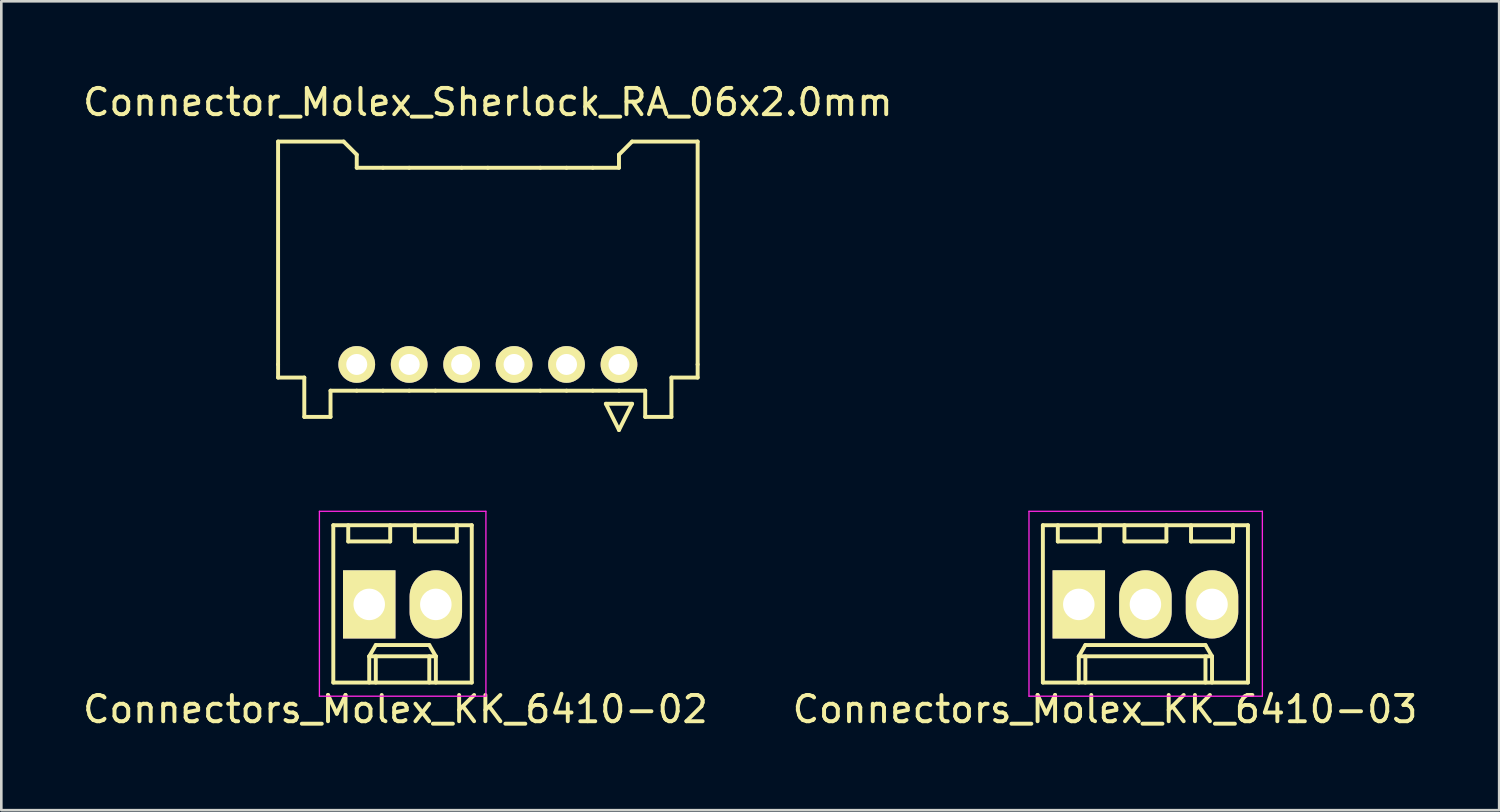
<source format=kicad_pcb>
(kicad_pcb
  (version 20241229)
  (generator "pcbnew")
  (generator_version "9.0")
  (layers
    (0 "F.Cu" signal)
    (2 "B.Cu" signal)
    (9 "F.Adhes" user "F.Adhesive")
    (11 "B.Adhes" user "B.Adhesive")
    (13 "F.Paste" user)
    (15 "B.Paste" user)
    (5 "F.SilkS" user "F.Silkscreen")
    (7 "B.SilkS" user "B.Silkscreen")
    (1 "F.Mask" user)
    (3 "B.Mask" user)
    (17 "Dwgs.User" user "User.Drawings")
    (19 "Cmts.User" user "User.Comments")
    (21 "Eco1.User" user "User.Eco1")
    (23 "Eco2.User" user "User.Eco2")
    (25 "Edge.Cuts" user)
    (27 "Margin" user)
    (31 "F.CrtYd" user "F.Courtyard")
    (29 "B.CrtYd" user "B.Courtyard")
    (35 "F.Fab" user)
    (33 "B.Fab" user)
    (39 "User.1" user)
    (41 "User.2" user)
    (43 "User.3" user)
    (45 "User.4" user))
  (footprint "Connectors_Molex_KK_6410-02"
    (layer "F.Cu")
    (at 11.03 19.998)
    (property "Reference" "Connectors_Molex_KK_6410-02" (at 1 4 0) (layer "F.SilkS") (effects (font (size 1 1) (thickness 0.15))))
    (attr through_hole)
    (fp_line (start -1.37 -3.02) (end -1.37 2.98) (stroke (width 0.15) (type solid)) (layer "F.SilkS"))
    (fp_line (start -1.37 2.98) (end 3.91 2.98) (stroke (width 0.15) (type solid)) (layer "F.SilkS"))
    (fp_line (start -0.8 -3.02) (end -0.8 -2.4) (stroke (width 0.15) (type solid)) (layer "F.SilkS"))
    (fp_line (start -0.8 -2.4) (end 0.8 -2.4) (stroke (width 0.15) (type solid)) (layer "F.SilkS"))
    (fp_line (start 0 1.98) (end 0.25 1.55) (stroke (width 0.15) (type solid)) (layer "F.SilkS"))
    (fp_line (start 0 1.98) (end 2.54 1.98) (stroke (width 0.15) (type solid)) (layer "F.SilkS"))
    (fp_line (start 0 2.98) (end 0 1.98) (stroke (width 0.15) (type solid)) (layer "F.SilkS"))
    (fp_line (start 0.25 1.55) (end 2.29 1.55) (stroke (width 0.15) (type solid)) (layer "F.SilkS"))
    (fp_line (start 0.25 2.98) (end 0.25 1.98) (stroke (width 0.15) (type solid)) (layer "F.SilkS"))
    (fp_line (start 0.8 -2.4) (end 0.8 -3.02) (stroke (width 0.15) (type solid)) (layer "F.SilkS"))
    (fp_line (start 1.74 -3.02) (end 1.74 -2.4) (stroke (width 0.15) (type solid)) (layer "F.SilkS"))
    (fp_line (start 1.74 -2.4) (end 3.34 -2.4) (stroke (width 0.15) (type solid)) (layer "F.SilkS"))
    (fp_line (start 2.29 1.55) (end 2.54 1.98) (stroke (width 0.15) (type solid)) (layer "F.SilkS"))
    (fp_line (start 2.29 2.98) (end 2.29 1.98) (stroke (width 0.15) (type solid)) (layer "F.SilkS"))
    (fp_line (start 2.54 1.98) (end 2.54 2.98) (stroke (width 0.15) (type solid)) (layer "F.SilkS"))
    (fp_line (start 3.34 -2.4) (end 3.34 -3.02) (stroke (width 0.15) (type solid)) (layer "F.SilkS"))
    (fp_line (start 3.91 -3.02) (end -1.37 -3.02) (stroke (width 0.15) (type solid)) (layer "F.SilkS"))
    (fp_line (start 3.91 2.98) (end 3.91 -3.02) (stroke (width 0.15) (type solid)) (layer "F.SilkS"))
    (fp_line (start -1.9 -3.55) (end 4.45 -3.55) (stroke (width 0.05) (type solid)) (layer "F.CrtYd"))
    (fp_line (start -1.9 3.5) (end -1.9 -3.55) (stroke (width 0.05) (type solid)) (layer "F.CrtYd"))
    (fp_line (start 4.45 -3.55) (end 4.45 3.5) (stroke (width 0.05) (type solid)) (layer "F.CrtYd"))
    (fp_line (start 4.45 3.5) (end -1.9 3.5) (stroke (width 0.05) (type solid)) (layer "F.CrtYd"))
    (pad "1" thru_hole rect (at 0 0) (size 2 2.6) (drill 1.2) (layers "*.Cu" "*.Mask" "F.SilkS"))
    (pad "2" thru_hole oval (at 2.54 0) (size 2 2.6) (drill 1.2) (layers "*.Cu" "*.Mask" "F.SilkS")))
  (footprint "Connectors_Molex_KK_6410-03"
    (layer "F.Cu")
    (at 38.089 19.998)
    (property "Reference" "Connectors_Molex_KK_6410-03" (at 1 4 0) (layer "F.SilkS") (effects (font (size 1 1) (thickness 0.15))))
    (attr through_hole)
    (fp_line (start -1.37 -3.02) (end -1.37 2.98) (stroke (width 0.15) (type solid)) (layer "F.SilkS"))
    (fp_line (start -1.37 2.98) (end 6.45 2.98) (stroke (width 0.15) (type solid)) (layer "F.SilkS"))
    (fp_line (start -0.8 -3.02) (end -0.8 -2.4) (stroke (width 0.15) (type solid)) (layer "F.SilkS"))
    (fp_line (start -0.8 -2.4) (end 0.8 -2.4) (stroke (width 0.15) (type solid)) (layer "F.SilkS"))
    (fp_line (start 0 1.98) (end 0.25 1.55) (stroke (width 0.15) (type solid)) (layer "F.SilkS"))
    (fp_line (start 0 1.98) (end 5.08 1.98) (stroke (width 0.15) (type solid)) (layer "F.SilkS"))
    (fp_line (start 0 2.98) (end 0 1.98) (stroke (width 0.15) (type solid)) (layer "F.SilkS"))
    (fp_line (start 0.25 1.55) (end 4.83 1.55) (stroke (width 0.15) (type solid)) (layer "F.SilkS"))
    (fp_line (start 0.25 2.98) (end 0.25 1.98) (stroke (width 0.15) (type solid)) (layer "F.SilkS"))
    (fp_line (start 0.8 -2.4) (end 0.8 -3.02) (stroke (width 0.15) (type solid)) (layer "F.SilkS"))
    (fp_line (start 1.74 -3.02) (end 1.74 -2.4) (stroke (width 0.15) (type solid)) (layer "F.SilkS"))
    (fp_line (start 1.74 -2.4) (end 3.34 -2.4) (stroke (width 0.15) (type solid)) (layer "F.SilkS"))
    (fp_line (start 3.34 -2.4) (end 3.34 -3.02) (stroke (width 0.15) (type solid)) (layer "F.SilkS"))
    (fp_line (start 4.28 -3.02) (end 4.28 -2.4) (stroke (width 0.15) (type solid)) (layer "F.SilkS"))
    (fp_line (start 4.28 -2.4) (end 5.88 -2.4) (stroke (width 0.15) (type solid)) (layer "F.SilkS"))
    (fp_line (start 4.83 1.55) (end 5.08 1.98) (stroke (width 0.15) (type solid)) (layer "F.SilkS"))
    (fp_line (start 4.83 2.98) (end 4.83 1.98) (stroke (width 0.15) (type solid)) (layer "F.SilkS"))
    (fp_line (start 5.08 1.98) (end 5.08 2.98) (stroke (width 0.15) (type solid)) (layer "F.SilkS"))
    (fp_line (start 5.88 -2.4) (end 5.88 -3.02) (stroke (width 0.15) (type solid)) (layer "F.SilkS"))
    (fp_line (start 6.45 -3.02) (end -1.37 -3.02) (stroke (width 0.15) (type solid)) (layer "F.SilkS"))
    (fp_line (start 6.45 2.98) (end 6.45 -3.02) (stroke (width 0.15) (type solid)) (layer "F.SilkS"))
    (fp_line (start -1.9 -3.55) (end 7 -3.55) (stroke (width 0.05) (type solid)) (layer "F.CrtYd"))
    (fp_line (start -1.9 3.5) (end -1.9 -3.55) (stroke (width 0.05) (type solid)) (layer "F.CrtYd"))
    (fp_line (start 7 -3.55) (end 7 3.5) (stroke (width 0.05) (type solid)) (layer "F.CrtYd"))
    (fp_line (start 7 3.5) (end -1.9 3.5) (stroke (width 0.05) (type solid)) (layer "F.CrtYd"))
    (pad "1" thru_hole rect (at 0 0) (size 2 2.6) (drill 1.2) (layers "*.Cu" "*.Mask" "F.SilkS"))
    (pad "2" thru_hole oval (at 2.54 0) (size 2 2.6) (drill 1.2) (layers "*.Cu" "*.Mask" "F.SilkS"))
    (pad "3" thru_hole oval (at 5.08 0) (size 2 2.6) (drill 1.2) (layers "*.Cu" "*.Mask" "F.SilkS")))
  (footprint "Connector_Molex_Sherlock_RA_06x2.0mm"
    (layer "F.Cu")
    (at 15.554 10.848)
    (property "Reference" "Connector_Molex_Sherlock_RA_06x2.0mm" (at 0 -10 0) (layer "F.SilkS") (effects (font (size 1 1) (thickness 0.15))))
    (attr through_hole)
    (fp_line (start -8 -8.5) (end -8 0) (stroke (width 0.15) (type solid)) (layer "F.SilkS"))
    (fp_line (start -8 0.5) (end -8 0) (stroke (width 0.15) (type solid)) (layer "F.SilkS"))
    (fp_line (start -7 0.5) (end -8 0.5) (stroke (width 0.15) (type solid)) (layer "F.SilkS"))
    (fp_line (start -7 2) (end -7 0.5) (stroke (width 0.15) (type solid)) (layer "F.SilkS"))
    (fp_line (start -6 1) (end -6 2) (stroke (width 0.15) (type solid)) (layer "F.SilkS"))
    (fp_line (start -6 2) (end -7 2) (stroke (width 0.15) (type solid)) (layer "F.SilkS"))
    (fp_line (start -5.5 -8.5) (end -8 -8.5) (stroke (width 0.15) (type solid)) (layer "F.SilkS"))
    (fp_line (start -5 -8) (end -5.5 -8.5) (stroke (width 0.15) (type solid)) (layer "F.SilkS"))
    (fp_line (start -5 -7.5) (end -5 -8) (stroke (width 0.15) (type solid)) (layer "F.SilkS"))
    (fp_line (start -5 1) (end -6 1) (stroke (width 0.15) (type solid)) (layer "F.SilkS"))
    (fp_line (start -4 -7.5) (end -5 -7.5) (stroke (width 0.15) (type solid)) (layer "F.SilkS"))
    (fp_line (start -4 1) (end -5 1) (stroke (width 0.15) (type solid)) (layer "F.SilkS"))
    (fp_line (start -4 1) (end -3 1) (stroke (width 0.15) (type solid)) (layer "F.SilkS"))
    (fp_line (start -3 -7.5) (end -4 -7.5) (stroke (width 0.15) (type solid)) (layer "F.SilkS"))
    (fp_line (start -2 1) (end -3 1) (stroke (width 0.15) (type solid)) (layer "F.SilkS"))
    (fp_line (start -1 -7.5) (end -3 -7.5) (stroke (width 0.15) (type solid)) (layer "F.SilkS"))
    (fp_line (start 0 -7.5) (end -1 -7.5) (stroke (width 0.15) (type solid)) (layer "F.SilkS"))
    (fp_line (start 2 -7.5) (end 0 -7.5) (stroke (width 0.15) (type solid)) (layer "F.SilkS"))
    (fp_line (start 2 1) (end -2 1) (stroke (width 0.15) (type solid)) (layer "F.SilkS"))
    (fp_line (start 3 -7.5) (end 2 -7.5) (stroke (width 0.15) (type solid)) (layer "F.SilkS"))
    (fp_line (start 3 1) (end 2 1) (stroke (width 0.15) (type solid)) (layer "F.SilkS"))
    (fp_line (start 3 1) (end 4 1) (stroke (width 0.15) (type solid)) (layer "F.SilkS"))
    (fp_line (start 4 -7.5) (end 3 -7.5) (stroke (width 0.15) (type solid)) (layer "F.SilkS"))
    (fp_line (start 4 1) (end 5 1) (stroke (width 0.15) (type solid)) (layer "F.SilkS"))
    (fp_line (start 4.5 1.5) (end 5 2.5) (stroke (width 0.15) (type solid)) (layer "F.SilkS"))
    (fp_line (start 5 -8) (end 5.5 -8.5) (stroke (width 0.15) (type solid)) (layer "F.SilkS"))
    (fp_line (start 5 -7.5) (end 4 -7.5) (stroke (width 0.15) (type solid)) (layer "F.SilkS"))
    (fp_line (start 5 -7.5) (end 5 -8) (stroke (width 0.15) (type solid)) (layer "F.SilkS"))
    (fp_line (start 5 2.5) (end 5.5 1.5) (stroke (width 0.15) (type solid)) (layer "F.SilkS"))
    (fp_line (start 5.5 -8.5) (end 8 -8.5) (stroke (width 0.15) (type solid)) (layer "F.SilkS"))
    (fp_line (start 5.5 1.5) (end 4.5 1.5) (stroke (width 0.15) (type solid)) (layer "F.SilkS"))
    (fp_line (start 6 1) (end 5 1) (stroke (width 0.15) (type solid)) (layer "F.SilkS"))
    (fp_line (start 6 2) (end 6 1) (stroke (width 0.15) (type solid)) (layer "F.SilkS"))
    (fp_line (start 7 0.5) (end 7 2) (stroke (width 0.15) (type solid)) (layer "F.SilkS"))
    (fp_line (start 7 0.5) (end 8 0.5) (stroke (width 0.15) (type solid)) (layer "F.SilkS"))
    (fp_line (start 7 2) (end 6 2) (stroke (width 0.15) (type solid)) (layer "F.SilkS"))
    (fp_line (start 8 -8.5) (end 8 0) (stroke (width 0.15) (type solid)) (layer "F.SilkS"))
    (fp_line (start 8 0.5) (end 8 0) (stroke (width 0.15) (type solid)) (layer "F.SilkS"))
    (pad "1" thru_hole circle (at 5 0) (size 1.4 1.4) (drill 0.8) (layers "*.Cu" "*.Mask" "F.SilkS"))
    (pad "2" thru_hole circle (at 3 0) (size 1.4 1.4) (drill 0.8) (layers "*.Cu" "*.Mask" "F.SilkS"))
    (pad "3" thru_hole circle (at 1 0) (size 1.4 1.4) (drill 0.8) (layers "*.Cu" "*.Mask" "F.SilkS"))
    (pad "4" thru_hole circle (at -1 0) (size 1.4 1.4) (drill 0.8) (layers "*.Cu" "*.Mask" "F.SilkS"))
    (pad "5" thru_hole circle (at -3 0) (size 1.4 1.4) (drill 0.8) (layers "*.Cu" "*.Mask" "F.SilkS"))
    (pad "6" thru_hole circle (at -5 0) (size 1.4 1.4) (drill 0.8) (layers "*.Cu" "*.Mask" "F.SilkS")))
  (gr_rect
    (start -3 -3)
    (end 54.119 27.846)
    (stroke (width 0.1) (type default))
    (fill no)
    (layer "Edge.Cuts")))
</source>
